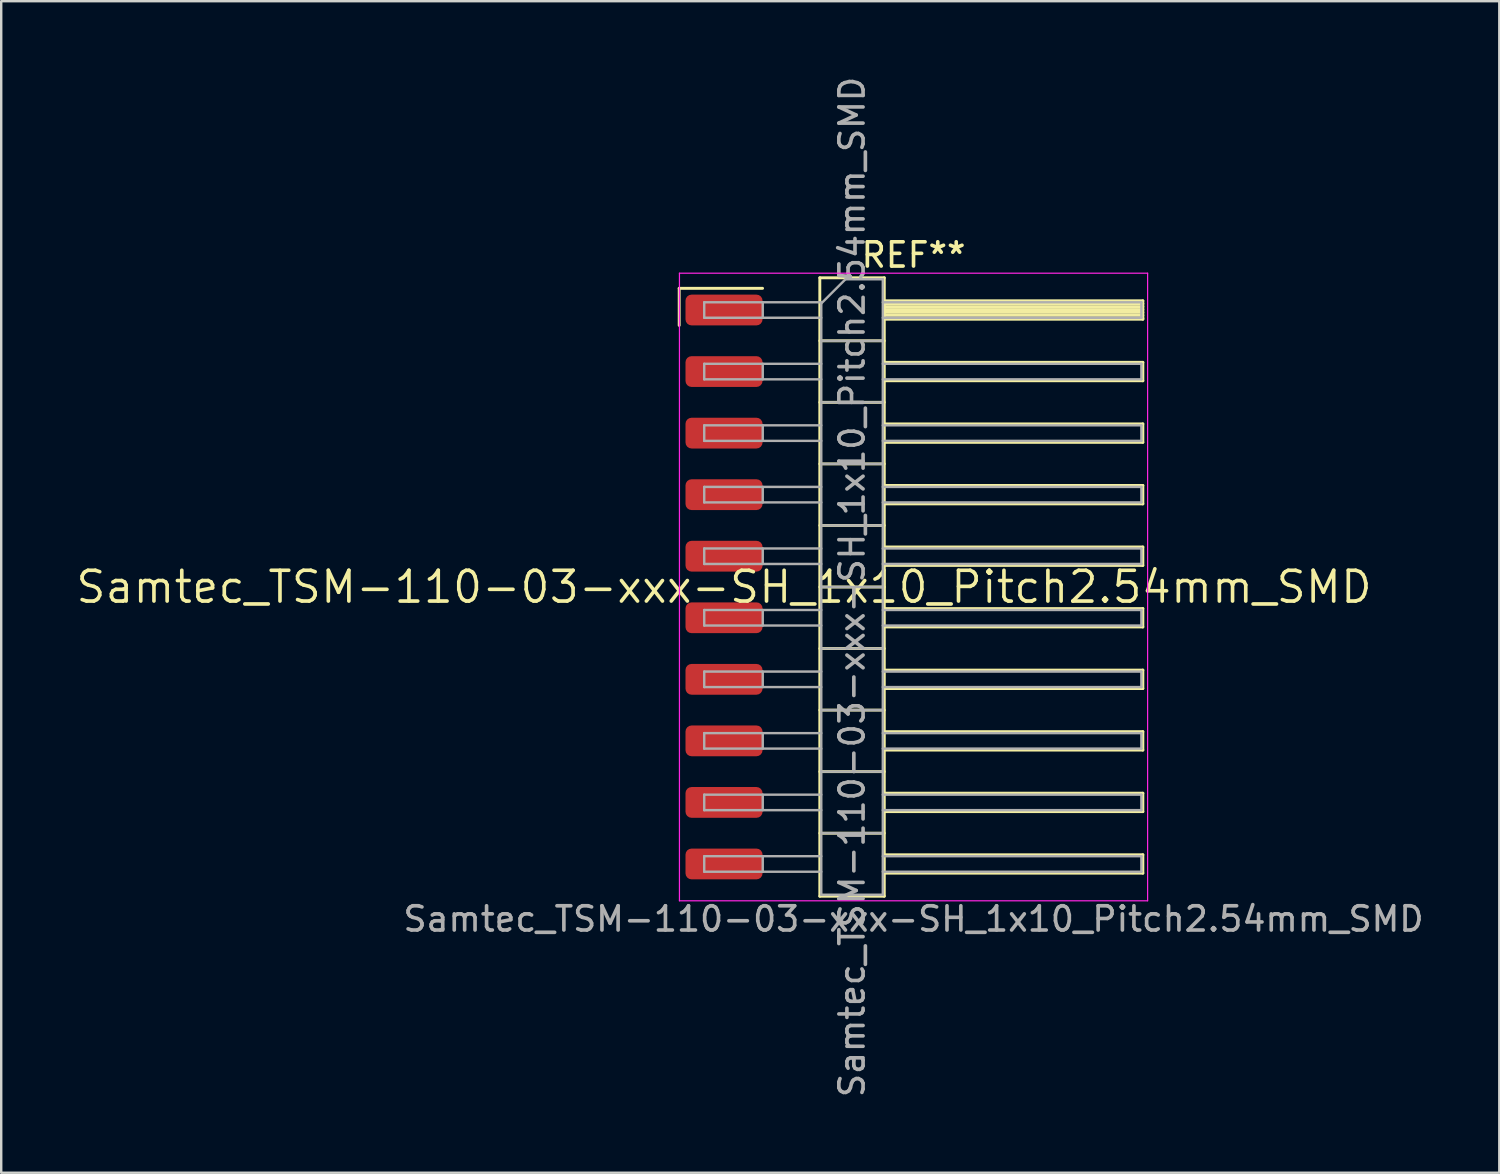
<source format=kicad_pcb>
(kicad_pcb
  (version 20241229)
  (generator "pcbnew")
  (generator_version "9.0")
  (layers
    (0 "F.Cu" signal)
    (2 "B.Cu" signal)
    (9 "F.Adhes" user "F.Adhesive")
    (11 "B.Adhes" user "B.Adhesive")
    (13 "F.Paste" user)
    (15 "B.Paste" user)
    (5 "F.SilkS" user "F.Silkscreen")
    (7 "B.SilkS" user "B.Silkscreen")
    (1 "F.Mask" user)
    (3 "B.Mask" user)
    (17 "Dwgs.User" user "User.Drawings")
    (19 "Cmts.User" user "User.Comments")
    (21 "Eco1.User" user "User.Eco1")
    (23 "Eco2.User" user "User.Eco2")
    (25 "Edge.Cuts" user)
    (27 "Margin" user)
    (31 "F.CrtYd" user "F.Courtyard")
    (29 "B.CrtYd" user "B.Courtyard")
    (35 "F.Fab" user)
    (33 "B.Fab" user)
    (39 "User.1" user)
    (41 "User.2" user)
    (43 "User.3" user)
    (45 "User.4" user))
  (footprint "Samtec_TSM-110-03-xxx-SH_1x10_Pitch2.54mm_SMD"
    (layer "F.Cu")
    (at 26.828 21.173)
    (property "Reference" "Samtec_TSM-110-03-xxx-SH_1x10_Pitch2.54mm_SMD" (at 0 0 0) (layer "F.SilkS") (effects (font (size 1.27 1.27) (thickness 0.15))))
    (attr smd)
    (fp_line (start -1.85 -12.325) (end 1.59 -12.325) (stroke (width 0.12) (type solid)) (layer "F.SilkS"))
    (fp_line (start -1.85 -10.795) (end -1.85 -12.325) (stroke (width 0.12) (type solid)) (layer "F.SilkS"))
    (fp_line (start 3.953 -12.76) (end 6.613 -12.76) (stroke (width 0.12) (type solid)) (layer "F.SilkS"))
    (fp_line (start 3.953 -10.16) (end 6.613 -10.16) (stroke (width 0.12) (type solid)) (layer "F.SilkS"))
    (fp_line (start 3.953 -7.62) (end 6.613 -7.62) (stroke (width 0.12) (type solid)) (layer "F.SilkS"))
    (fp_line (start 3.953 -5.08) (end 6.613 -5.08) (stroke (width 0.12) (type solid)) (layer "F.SilkS"))
    (fp_line (start 3.953 -2.54) (end 6.613 -2.54) (stroke (width 0.12) (type solid)) (layer "F.SilkS"))
    (fp_line (start 3.953 0) (end 6.613 0) (stroke (width 0.12) (type solid)) (layer "F.SilkS"))
    (fp_line (start 3.953 2.54) (end 6.613 2.54) (stroke (width 0.12) (type solid)) (layer "F.SilkS"))
    (fp_line (start 3.953 5.08) (end 6.613 5.08) (stroke (width 0.12) (type solid)) (layer "F.SilkS"))
    (fp_line (start 3.953 7.62) (end 6.613 7.62) (stroke (width 0.12) (type solid)) (layer "F.SilkS"))
    (fp_line (start 3.953 10.16) (end 6.613 10.16) (stroke (width 0.12) (type solid)) (layer "F.SilkS"))
    (fp_line (start 3.953 12.76) (end 3.953 -12.76) (stroke (width 0.12) (type solid)) (layer "F.SilkS"))
    (fp_line (start 6.613 -12.76) (end 6.613 12.76) (stroke (width 0.12) (type solid)) (layer "F.SilkS"))
    (fp_line (start 6.613 -11.81) (end 17.283 -11.81) (stroke (width 0.12) (type solid)) (layer "F.SilkS"))
    (fp_line (start 6.613 -11.69) (end 17.283 -11.69) (stroke (width 0.12) (type solid)) (layer "F.SilkS"))
    (fp_line (start 6.613 -11.57) (end 17.283 -11.57) (stroke (width 0.12) (type solid)) (layer "F.SilkS"))
    (fp_line (start 6.613 -11.45) (end 17.283 -11.45) (stroke (width 0.12) (type solid)) (layer "F.SilkS"))
    (fp_line (start 6.613 -11.33) (end 17.283 -11.33) (stroke (width 0.12) (type solid)) (layer "F.SilkS"))
    (fp_line (start 6.613 -11.21) (end 17.283 -11.21) (stroke (width 0.12) (type solid)) (layer "F.SilkS"))
    (fp_line (start 6.613 -11.09) (end 17.283 -11.09) (stroke (width 0.12) (type solid)) (layer "F.SilkS"))
    (fp_line (start 6.613 -11.05) (end 17.283 -11.05) (stroke (width 0.12) (type solid)) (layer "F.SilkS"))
    (fp_line (start 6.613 -9.27) (end 17.283 -9.27) (stroke (width 0.12) (type solid)) (layer "F.SilkS"))
    (fp_line (start 6.613 -8.51) (end 17.283 -8.51) (stroke (width 0.12) (type solid)) (layer "F.SilkS"))
    (fp_line (start 6.613 -6.73) (end 17.283 -6.73) (stroke (width 0.12) (type solid)) (layer "F.SilkS"))
    (fp_line (start 6.613 -5.97) (end 17.283 -5.97) (stroke (width 0.12) (type solid)) (layer "F.SilkS"))
    (fp_line (start 6.613 -4.19) (end 17.283 -4.19) (stroke (width 0.12) (type solid)) (layer "F.SilkS"))
    (fp_line (start 6.613 -3.43) (end 17.283 -3.43) (stroke (width 0.12) (type solid)) (layer "F.SilkS"))
    (fp_line (start 6.613 -1.65) (end 17.283 -1.65) (stroke (width 0.12) (type solid)) (layer "F.SilkS"))
    (fp_line (start 6.613 -0.89) (end 17.283 -0.89) (stroke (width 0.12) (type solid)) (layer "F.SilkS"))
    (fp_line (start 6.613 0.89) (end 17.283 0.89) (stroke (width 0.12) (type solid)) (layer "F.SilkS"))
    (fp_line (start 6.613 1.65) (end 17.283 1.65) (stroke (width 0.12) (type solid)) (layer "F.SilkS"))
    (fp_line (start 6.613 3.43) (end 17.283 3.43) (stroke (width 0.12) (type solid)) (layer "F.SilkS"))
    (fp_line (start 6.613 4.19) (end 17.283 4.19) (stroke (width 0.12) (type solid)) (layer "F.SilkS"))
    (fp_line (start 6.613 5.97) (end 17.283 5.97) (stroke (width 0.12) (type solid)) (layer "F.SilkS"))
    (fp_line (start 6.613 6.73) (end 17.283 6.73) (stroke (width 0.12) (type solid)) (layer "F.SilkS"))
    (fp_line (start 6.613 8.51) (end 17.283 8.51) (stroke (width 0.12) (type solid)) (layer "F.SilkS"))
    (fp_line (start 6.613 9.27) (end 17.283 9.27) (stroke (width 0.12) (type solid)) (layer "F.SilkS"))
    (fp_line (start 6.613 11.05) (end 17.283 11.05) (stroke (width 0.12) (type solid)) (layer "F.SilkS"))
    (fp_line (start 6.613 11.81) (end 17.283 11.81) (stroke (width 0.12) (type solid)) (layer "F.SilkS"))
    (fp_line (start 6.613 12.76) (end 3.953 12.76) (stroke (width 0.12) (type solid)) (layer "F.SilkS"))
    (fp_line (start 17.283 -11.81) (end 17.283 -11.05) (stroke (width 0.12) (type solid)) (layer "F.SilkS"))
    (fp_line (start 17.283 -9.27) (end 17.283 -8.51) (stroke (width 0.12) (type solid)) (layer "F.SilkS"))
    (fp_line (start 17.283 -6.73) (end 17.283 -5.97) (stroke (width 0.12) (type solid)) (layer "F.SilkS"))
    (fp_line (start 17.283 -4.19) (end 17.283 -3.43) (stroke (width 0.12) (type solid)) (layer "F.SilkS"))
    (fp_line (start 17.283 -1.65) (end 17.283 -0.89) (stroke (width 0.12) (type solid)) (layer "F.SilkS"))
    (fp_line (start 17.283 0.89) (end 17.283 1.65) (stroke (width 0.12) (type solid)) (layer "F.SilkS"))
    (fp_line (start 17.283 3.43) (end 17.283 4.19) (stroke (width 0.12) (type solid)) (layer "F.SilkS"))
    (fp_line (start 17.283 5.97) (end 17.283 6.73) (stroke (width 0.12) (type solid)) (layer "F.SilkS"))
    (fp_line (start 17.283 8.51) (end 17.283 9.27) (stroke (width 0.12) (type solid)) (layer "F.SilkS"))
    (fp_line (start 17.283 11.05) (end 17.283 11.81) (stroke (width 0.12) (type solid)) (layer "F.SilkS"))
    (fp_line (start -1.84 -12.95) (end 17.48 -12.95) (stroke (width 0.05) (type solid)) (layer "F.CrtYd"))
    (fp_line (start -1.84 12.95) (end -1.84 -12.95) (stroke (width 0.05) (type solid)) (layer "F.CrtYd"))
    (fp_line (start 17.48 -12.95) (end 17.48 12.95) (stroke (width 0.05) (type solid)) (layer "F.CrtYd"))
    (fp_line (start 17.48 12.95) (end -1.84 12.95) (stroke (width 0.05) (type solid)) (layer "F.CrtYd"))
    (fp_line (start -0.817 -11.75) (end -0.817 -11.11) (stroke (width 0.1) (type solid)) (layer "F.Fab"))
    (fp_line (start -0.817 -11.75) (end 4.013 -11.75) (stroke (width 0.1) (type solid)) (layer "F.Fab"))
    (fp_line (start -0.817 -11.11) (end 4.013 -11.11) (stroke (width 0.1) (type solid)) (layer "F.Fab"))
    (fp_line (start -0.817 -9.21) (end -0.817 -8.57) (stroke (width 0.1) (type solid)) (layer "F.Fab"))
    (fp_line (start -0.817 -9.21) (end 4.013 -9.21) (stroke (width 0.1) (type solid)) (layer "F.Fab"))
    (fp_line (start -0.817 -8.57) (end 4.013 -8.57) (stroke (width 0.1) (type solid)) (layer "F.Fab"))
    (fp_line (start -0.817 -6.67) (end -0.817 -6.03) (stroke (width 0.1) (type solid)) (layer "F.Fab"))
    (fp_line (start -0.817 -6.67) (end 4.013 -6.67) (stroke (width 0.1) (type solid)) (layer "F.Fab"))
    (fp_line (start -0.817 -6.03) (end 4.013 -6.03) (stroke (width 0.1) (type solid)) (layer "F.Fab"))
    (fp_line (start -0.817 -4.13) (end -0.817 -3.49) (stroke (width 0.1) (type solid)) (layer "F.Fab"))
    (fp_line (start -0.817 -4.13) (end 4.013 -4.13) (stroke (width 0.1) (type solid)) (layer "F.Fab"))
    (fp_line (start -0.817 -3.49) (end 4.013 -3.49) (stroke (width 0.1) (type solid)) (layer "F.Fab"))
    (fp_line (start -0.817 -1.59) (end -0.817 -0.95) (stroke (width 0.1) (type solid)) (layer "F.Fab"))
    (fp_line (start -0.817 -1.59) (end 4.013 -1.59) (stroke (width 0.1) (type solid)) (layer "F.Fab"))
    (fp_line (start -0.817 -0.95) (end 4.013 -0.95) (stroke (width 0.1) (type solid)) (layer "F.Fab"))
    (fp_line (start -0.817 0.95) (end -0.817 1.59) (stroke (width 0.1) (type solid)) (layer "F.Fab"))
    (fp_line (start -0.817 0.95) (end 4.013 0.95) (stroke (width 0.1) (type solid)) (layer "F.Fab"))
    (fp_line (start -0.817 1.59) (end 4.013 1.59) (stroke (width 0.1) (type solid)) (layer "F.Fab"))
    (fp_line (start -0.817 3.49) (end -0.817 4.13) (stroke (width 0.1) (type solid)) (layer "F.Fab"))
    (fp_line (start -0.817 3.49) (end 4.013 3.49) (stroke (width 0.1) (type solid)) (layer "F.Fab"))
    (fp_line (start -0.817 4.13) (end 4.013 4.13) (stroke (width 0.1) (type solid)) (layer "F.Fab"))
    (fp_line (start -0.817 6.03) (end -0.817 6.67) (stroke (width 0.1) (type solid)) (layer "F.Fab"))
    (fp_line (start -0.817 6.03) (end 4.013 6.03) (stroke (width 0.1) (type solid)) (layer "F.Fab"))
    (fp_line (start -0.817 6.67) (end 4.013 6.67) (stroke (width 0.1) (type solid)) (layer "F.Fab"))
    (fp_line (start -0.817 8.57) (end -0.817 9.21) (stroke (width 0.1) (type solid)) (layer "F.Fab"))
    (fp_line (start -0.817 8.57) (end 4.013 8.57) (stroke (width 0.1) (type solid)) (layer "F.Fab"))
    (fp_line (start -0.817 9.21) (end 4.013 9.21) (stroke (width 0.1) (type solid)) (layer "F.Fab"))
    (fp_line (start -0.817 11.11) (end -0.817 11.75) (stroke (width 0.1) (type solid)) (layer "F.Fab"))
    (fp_line (start -0.817 11.11) (end 4.013 11.11) (stroke (width 0.1) (type solid)) (layer "F.Fab"))
    (fp_line (start -0.817 11.75) (end 4.013 11.75) (stroke (width 0.1) (type solid)) (layer "F.Fab"))
    (fp_line (start 1.598 -11.75) (end 1.598 -11.11) (stroke (width 0.1) (type solid)) (layer "F.Fab"))
    (fp_line (start 1.598 -9.21) (end 1.598 -8.57) (stroke (width 0.1) (type solid)) (layer "F.Fab"))
    (fp_line (start 1.598 -6.67) (end 1.598 -6.03) (stroke (width 0.1) (type solid)) (layer "F.Fab"))
    (fp_line (start 1.598 -4.13) (end 1.598 -3.49) (stroke (width 0.1) (type solid)) (layer "F.Fab"))
    (fp_line (start 1.598 -1.59) (end 1.598 -0.95) (stroke (width 0.1) (type solid)) (layer "F.Fab"))
    (fp_line (start 1.598 0.95) (end 1.598 1.59) (stroke (width 0.1) (type solid)) (layer "F.Fab"))
    (fp_line (start 1.598 3.49) (end 1.598 4.13) (stroke (width 0.1) (type solid)) (layer "F.Fab"))
    (fp_line (start 1.598 6.03) (end 1.598 6.67) (stroke (width 0.1) (type solid)) (layer "F.Fab"))
    (fp_line (start 1.598 8.57) (end 1.598 9.21) (stroke (width 0.1) (type solid)) (layer "F.Fab"))
    (fp_line (start 1.598 11.11) (end 1.598 11.75) (stroke (width 0.1) (type solid)) (layer "F.Fab"))
    (fp_line (start 4.013 -11.7) (end 5.013 -12.7) (stroke (width 0.1) (type solid)) (layer "F.Fab"))
    (fp_line (start 4.013 -10.16) (end 6.553 -10.16) (stroke (width 0.1) (type solid)) (layer "F.Fab"))
    (fp_line (start 4.013 -7.62) (end 6.553 -7.62) (stroke (width 0.1) (type solid)) (layer "F.Fab"))
    (fp_line (start 4.013 -5.08) (end 6.553 -5.08) (stroke (width 0.1) (type solid)) (layer "F.Fab"))
    (fp_line (start 4.013 -2.54) (end 6.553 -2.54) (stroke (width 0.1) (type solid)) (layer "F.Fab"))
    (fp_line (start 4.013 0) (end 6.553 0) (stroke (width 0.1) (type solid)) (layer "F.Fab"))
    (fp_line (start 4.013 2.54) (end 6.553 2.54) (stroke (width 0.1) (type solid)) (layer "F.Fab"))
    (fp_line (start 4.013 5.08) (end 6.553 5.08) (stroke (width 0.1) (type solid)) (layer "F.Fab"))
    (fp_line (start 4.013 7.62) (end 6.553 7.62) (stroke (width 0.1) (type solid)) (layer "F.Fab"))
    (fp_line (start 4.013 10.16) (end 6.553 10.16) (stroke (width 0.1) (type solid)) (layer "F.Fab"))
    (fp_line (start 4.013 12.7) (end 4.013 -11.7) (stroke (width 0.1) (type solid)) (layer "F.Fab"))
    (fp_line (start 5.013 -12.7) (end 6.553 -12.7) (stroke (width 0.1) (type solid)) (layer "F.Fab"))
    (fp_line (start 6.553 -12.7) (end 6.553 12.7) (stroke (width 0.1) (type solid)) (layer "F.Fab"))
    (fp_line (start 6.553 -11.75) (end 17.223 -11.75) (stroke (width 0.1) (type solid)) (layer "F.Fab"))
    (fp_line (start 6.553 -11.11) (end 17.223 -11.11) (stroke (width 0.1) (type solid)) (layer "F.Fab"))
    (fp_line (start 6.553 -9.21) (end 17.223 -9.21) (stroke (width 0.1) (type solid)) (layer "F.Fab"))
    (fp_line (start 6.553 -8.57) (end 17.223 -8.57) (stroke (width 0.1) (type solid)) (layer "F.Fab"))
    (fp_line (start 6.553 -6.67) (end 17.223 -6.67) (stroke (width 0.1) (type solid)) (layer "F.Fab"))
    (fp_line (start 6.553 -6.03) (end 17.223 -6.03) (stroke (width 0.1) (type solid)) (layer "F.Fab"))
    (fp_line (start 6.553 -4.13) (end 17.223 -4.13) (stroke (width 0.1) (type solid)) (layer "F.Fab"))
    (fp_line (start 6.553 -3.49) (end 17.223 -3.49) (stroke (width 0.1) (type solid)) (layer "F.Fab"))
    (fp_line (start 6.553 -1.59) (end 17.223 -1.59) (stroke (width 0.1) (type solid)) (layer "F.Fab"))
    (fp_line (start 6.553 -0.95) (end 17.223 -0.95) (stroke (width 0.1) (type solid)) (layer "F.Fab"))
    (fp_line (start 6.553 0.95) (end 17.223 0.95) (stroke (width 0.1) (type solid)) (layer "F.Fab"))
    (fp_line (start 6.553 1.59) (end 17.223 1.59) (stroke (width 0.1) (type solid)) (layer "F.Fab"))
    (fp_line (start 6.553 3.49) (end 17.223 3.49) (stroke (width 0.1) (type solid)) (layer "F.Fab"))
    (fp_line (start 6.553 4.13) (end 17.223 4.13) (stroke (width 0.1) (type solid)) (layer "F.Fab"))
    (fp_line (start 6.553 6.03) (end 17.223 6.03) (stroke (width 0.1) (type solid)) (layer "F.Fab"))
    (fp_line (start 6.553 6.67) (end 17.223 6.67) (stroke (width 0.1) (type solid)) (layer "F.Fab"))
    (fp_line (start 6.553 8.57) (end 17.223 8.57) (stroke (width 0.1) (type solid)) (layer "F.Fab"))
    (fp_line (start 6.553 9.21) (end 17.223 9.21) (stroke (width 0.1) (type solid)) (layer "F.Fab"))
    (fp_line (start 6.553 11.11) (end 17.223 11.11) (stroke (width 0.1) (type solid)) (layer "F.Fab"))
    (fp_line (start 6.553 11.75) (end 17.223 11.75) (stroke (width 0.1) (type solid)) (layer "F.Fab"))
    (fp_line (start 6.553 12.7) (end 4.013 12.7) (stroke (width 0.1) (type solid)) (layer "F.Fab"))
    (fp_line (start 17.223 -11.75) (end 17.223 -11.11) (stroke (width 0.1) (type solid)) (layer "F.Fab"))
    (fp_line (start 17.223 -9.21) (end 17.223 -8.57) (stroke (width 0.1) (type solid)) (layer "F.Fab"))
    (fp_line (start 17.223 -6.67) (end 17.223 -6.03) (stroke (width 0.1) (type solid)) (layer "F.Fab"))
    (fp_line (start 17.223 -4.13) (end 17.223 -3.49) (stroke (width 0.1) (type solid)) (layer "F.Fab"))
    (fp_line (start 17.223 -1.59) (end 17.223 -0.95) (stroke (width 0.1) (type solid)) (layer "F.Fab"))
    (fp_line (start 17.223 0.95) (end 17.223 1.59) (stroke (width 0.1) (type solid)) (layer "F.Fab"))
    (fp_line (start 17.223 3.49) (end 17.223 4.13) (stroke (width 0.1) (type solid)) (layer "F.Fab"))
    (fp_line (start 17.223 6.03) (end 17.223 6.67) (stroke (width 0.1) (type solid)) (layer "F.Fab"))
    (fp_line (start 17.223 8.57) (end 17.223 9.21) (stroke (width 0.1) (type solid)) (layer "F.Fab"))
    (fp_line (start 17.223 11.11) (end 17.223 11.75) (stroke (width 0.1) (type solid)) (layer "F.Fab"))
    (fp_text user "REF**" (at 7.82 -13.7 0) (layer "F.SilkS") (effects (font (size 1 1) (thickness 0.15))))
    (fp_text user "${REFERENCE}" (at 5.283 0 90) (layer "F.Fab") (effects (font (size 1 1) (thickness 0.15))))
    (fp_text user "Samtec_TSM-110-03-xxx-SH_1x10_Pitch2.54mm_SMD" (at 7.82 13.7 0) (layer "F.Fab") (effects (font (size 1 1) (thickness 0.15))))
    (pad "1" smd roundrect (at 0 -11.43) (size 3.18 1.27) (layers "F.Cu" "F.Mask" "F.Paste") (roundrect_rratio 0.197))
    (pad "2" smd roundrect (at 0 -8.89) (size 3.18 1.27) (layers "F.Cu" "F.Mask" "F.Paste") (roundrect_rratio 0.197))
    (pad "3" smd roundrect (at 0 -6.35) (size 3.18 1.27) (layers "F.Cu" "F.Mask" "F.Paste") (roundrect_rratio 0.197))
    (pad "4" smd roundrect (at 0 -3.81) (size 3.18 1.27) (layers "F.Cu" "F.Mask" "F.Paste") (roundrect_rratio 0.197))
    (pad "5" smd roundrect (at 0 -1.27) (size 3.18 1.27) (layers "F.Cu" "F.Mask" "F.Paste") (roundrect_rratio 0.197))
    (pad "6" smd roundrect (at 0 1.27) (size 3.18 1.27) (layers "F.Cu" "F.Mask" "F.Paste") (roundrect_rratio 0.197))
    (pad "7" smd roundrect (at 0 3.81) (size 3.18 1.27) (layers "F.Cu" "F.Mask" "F.Paste") (roundrect_rratio 0.197))
    (pad "8" smd roundrect (at 0 6.35) (size 3.18 1.27) (layers "F.Cu" "F.Mask" "F.Paste") (roundrect_rratio 0.197))
    (pad "9" smd roundrect (at 0 8.89) (size 3.18 1.27) (layers "F.Cu" "F.Mask" "F.Paste") (roundrect_rratio 0.197))
    (pad "10" smd roundrect (at 0 11.43) (size 3.18 1.27) (layers "F.Cu" "F.Mask" "F.Paste") (roundrect_rratio 0.197)))
  (gr_rect
    (start -3 -3)
    (end 58.821 45.345)
    (stroke (width 0.1) (type default))
    (fill no)
    (layer "Edge.Cuts")))
</source>
